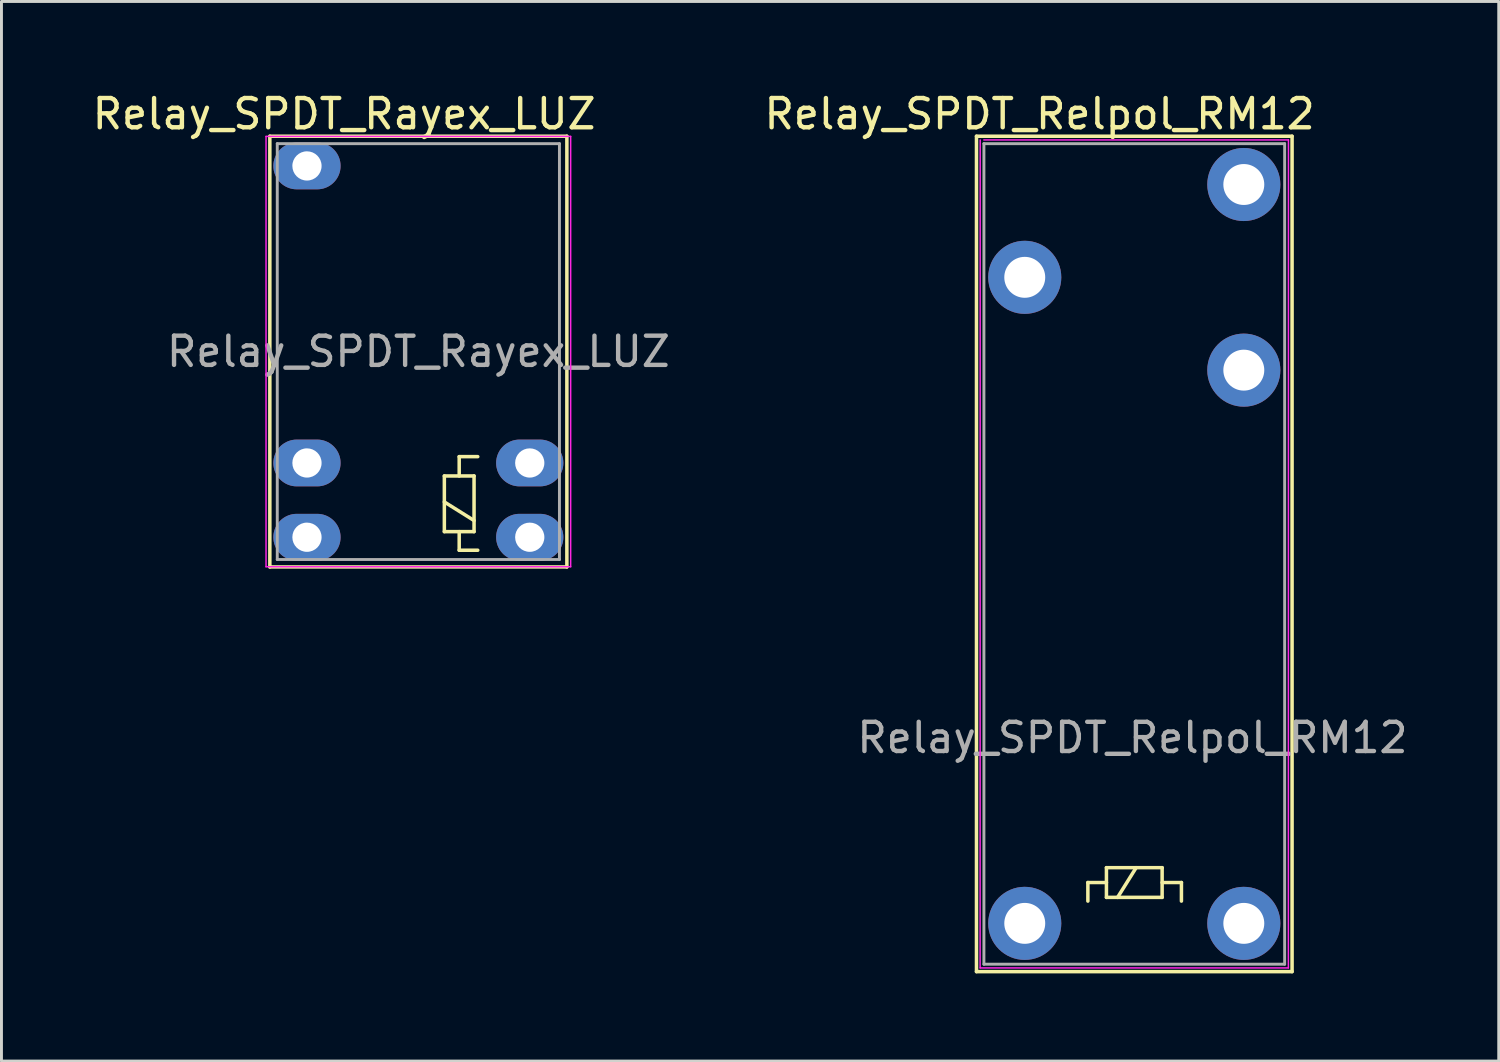
<source format=kicad_pcb>
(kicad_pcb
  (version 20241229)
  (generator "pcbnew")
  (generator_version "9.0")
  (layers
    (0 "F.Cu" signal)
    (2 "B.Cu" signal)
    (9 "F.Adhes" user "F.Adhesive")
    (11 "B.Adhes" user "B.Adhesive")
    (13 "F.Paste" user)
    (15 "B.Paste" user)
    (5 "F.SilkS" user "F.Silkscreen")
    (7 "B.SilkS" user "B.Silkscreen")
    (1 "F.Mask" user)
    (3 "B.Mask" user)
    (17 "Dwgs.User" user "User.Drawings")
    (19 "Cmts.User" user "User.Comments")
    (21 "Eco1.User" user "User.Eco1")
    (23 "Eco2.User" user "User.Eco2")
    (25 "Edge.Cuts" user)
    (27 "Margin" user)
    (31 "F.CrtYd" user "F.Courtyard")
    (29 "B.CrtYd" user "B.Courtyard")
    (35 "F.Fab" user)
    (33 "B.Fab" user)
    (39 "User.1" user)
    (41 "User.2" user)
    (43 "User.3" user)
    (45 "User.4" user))
  (footprint "Relay_SPDT_Relpol_RM12"
    (layer "F.Cu")
    (at 31.875 15.834)
    (property "Reference" "Relay_SPDT_Relpol_RM12" (at 0.635 -14.986 0) (layer "F.SilkS") (effects (font (size 1 1) (thickness 0.15))))
    (attr through_hole)
    (fp_line (start -1.524 -14.224) (end 9.271 -14.224) (stroke (width 0.12) (type solid)) (layer "F.SilkS"))
    (fp_line (start -1.524 14.351) (end -1.524 -14.224) (stroke (width 0.12) (type solid)) (layer "F.SilkS"))
    (fp_line (start 2.286 11.303) (end 2.921 11.303) (stroke (width 0.12) (type solid)) (layer "F.SilkS"))
    (fp_line (start 2.286 11.938) (end 2.286 11.303) (stroke (width 0.12) (type solid)) (layer "F.SilkS"))
    (fp_line (start 2.921 11.811) (end 2.921 10.795) (stroke (width 0.12) (type solid)) (layer "F.SilkS"))
    (fp_line (start 2.921 11.811) (end 4.826 11.811) (stroke (width 0.12) (type solid)) (layer "F.SilkS"))
    (fp_line (start 3.302 11.811) (end 3.937 10.795) (stroke (width 0.12) (type solid)) (layer "F.SilkS"))
    (fp_line (start 4.826 10.795) (end 2.921 10.795) (stroke (width 0.12) (type solid)) (layer "F.SilkS"))
    (fp_line (start 4.826 11.811) (end 4.826 10.795) (stroke (width 0.12) (type solid)) (layer "F.SilkS"))
    (fp_line (start 5.486 11.303) (end 4.826 11.303) (stroke (width 0.12) (type solid)) (layer "F.SilkS"))
    (fp_line (start 5.486 11.938) (end 5.486 11.303) (stroke (width 0.12) (type solid)) (layer "F.SilkS"))
    (fp_line (start 9.271 -14.224) (end 9.271 14.351) (stroke (width 0.12) (type solid)) (layer "F.SilkS"))
    (fp_line (start 9.271 14.351) (end -1.524 14.351) (stroke (width 0.12) (type solid)) (layer "F.SilkS"))
    (fp_line (start -1.4 14.224) (end -1.397 -14.097) (stroke (width 0.05) (type solid)) (layer "F.CrtYd"))
    (fp_line (start -1.273 -14.097) (end 9.147 -14.097) (stroke (width 0.05) (type solid)) (layer "F.CrtYd"))
    (fp_line (start 9.144 14.224) (end -1.4 14.224) (stroke (width 0.05) (type solid)) (layer "F.CrtYd"))
    (fp_line (start 9.147 -14.097) (end 9.144 14.224) (stroke (width 0.05) (type solid)) (layer "F.CrtYd"))
    (fp_line (start -1.27 -13.97) (end 9.017 -13.97) (stroke (width 0.1) (type solid)) (layer "F.Fab"))
    (fp_line (start -1.27 14.097) (end -1.27 -13.97) (stroke (width 0.1) (type solid)) (layer "F.Fab"))
    (fp_line (start 9.017 -13.97) (end 9.017 14.097) (stroke (width 0.1) (type solid)) (layer "F.Fab"))
    (fp_line (start 9.017 14.097) (end -1.27 14.097) (stroke (width 0.1) (type solid)) (layer "F.Fab"))
    (fp_text user "${REFERENCE}" (at 3.81 6.35 0) (layer "F.Fab") (effects (font (size 1 1) (thickness 0.15))))
    (pad "11" thru_hole circle (at 0.127 -9.398) (size 2.5 2.5) (drill 1.4) (layers "*.Cu" "*.Mask"))
    (pad "12" thru_hole circle (at 7.62 -12.573) (size 2.5 2.5) (drill 1.4) (layers "*.Cu" "*.Mask"))
    (pad "12" thru_hole circle (at 7.62 -6.223) (size 2.5 2.5) (drill 1.4) (layers "*.Cu" "*.Mask"))
    (pad "A1" thru_hole circle (at 0.127 12.7) (size 2.5 2.5) (drill 1.4) (layers "*.Cu" "*.Mask"))
    (pad "A2" thru_hole circle (at 7.62 12.7) (size 2.5 2.5) (drill 1.4) (layers "*.Cu" "*.Mask")))
  (footprint "Relay_SPDT_Rayex_LUZ"
    (layer "F.Cu")
    (at 7.45 2.626)
    (property "Reference" "Relay_SPDT_Rayex_LUZ" (at 1.27 -1.778 0) (layer "F.SilkS") (effects (font (size 1 1) (thickness 0.15))))
    (attr through_hole)
    (fp_line (start -1.27 -1.016) (end 8.89 -1.016) (stroke (width 0.12) (type solid)) (layer "F.SilkS"))
    (fp_line (start -1.27 13.716) (end -1.27 -1.016) (stroke (width 0.12) (type solid)) (layer "F.SilkS"))
    (fp_line (start 4.699 10.604) (end 4.699 12.509) (stroke (width 0.12) (type solid)) (layer "F.SilkS"))
    (fp_line (start 5.207 9.944) (end 5.207 10.604) (stroke (width 0.12) (type solid)) (layer "F.SilkS"))
    (fp_line (start 5.207 13.145) (end 5.207 12.509) (stroke (width 0.12) (type solid)) (layer "F.SilkS"))
    (fp_line (start 5.715 10.604) (end 4.699 10.604) (stroke (width 0.12) (type solid)) (layer "F.SilkS"))
    (fp_line (start 5.715 12.129) (end 4.699 11.493) (stroke (width 0.12) (type solid)) (layer "F.SilkS"))
    (fp_line (start 5.715 12.509) (end 4.699 12.509) (stroke (width 0.12) (type solid)) (layer "F.SilkS"))
    (fp_line (start 5.715 12.509) (end 5.715 10.604) (stroke (width 0.12) (type solid)) (layer "F.SilkS"))
    (fp_line (start 5.842 9.944) (end 5.207 9.944) (stroke (width 0.12) (type solid)) (layer "F.SilkS"))
    (fp_line (start 5.842 13.145) (end 5.207 13.145) (stroke (width 0.12) (type solid)) (layer "F.SilkS"))
    (fp_line (start 8.89 -1.016) (end 8.89 13.716) (stroke (width 0.12) (type solid)) (layer "F.SilkS"))
    (fp_line (start 8.89 13.716) (end -1.27 13.716) (stroke (width 0.12) (type solid)) (layer "F.SilkS"))
    (fp_line (start -1.4 -1.01) (end 9.02 -1.01) (stroke (width 0.05) (type solid)) (layer "F.CrtYd"))
    (fp_line (start -1.4 13.71) (end -1.4 -1.01) (stroke (width 0.05) (type solid)) (layer "F.CrtYd"))
    (fp_line (start 9.02 -1.01) (end 9.02 13.71) (stroke (width 0.05) (type solid)) (layer "F.CrtYd"))
    (fp_line (start 9.02 13.71) (end -1.4 13.71) (stroke (width 0.05) (type solid)) (layer "F.CrtYd"))
    (fp_line (start -1.016 -0.762) (end 8.636 -0.762) (stroke (width 0.1) (type solid)) (layer "F.Fab"))
    (fp_line (start -1.016 13.462) (end -1.016 -0.762) (stroke (width 0.1) (type solid)) (layer "F.Fab"))
    (fp_line (start 8.636 -0.762) (end 8.636 13.462) (stroke (width 0.1) (type solid)) (layer "F.Fab"))
    (fp_line (start 8.636 13.462) (end -1.016 13.462) (stroke (width 0.1) (type solid)) (layer "F.Fab"))
    (fp_text user "${REFERENCE}" (at 3.81 6.35 0) (layer "F.Fab") (effects (font (size 1 1) (thickness 0.15))))
    (pad "1" thru_hole oval (at 0 0) (size 2.3 1.6) (drill 1) (layers "*.Cu" "*.Mask"))
    (pad "2" thru_hole oval (at 0 10.16) (size 2.3 1.6) (drill 1) (layers "*.Cu" "*.Mask"))
    (pad "3" thru_hole oval (at 0 12.7) (size 2.3 1.6) (drill 1) (layers "*.Cu" "*.Mask"))
    (pad "4" thru_hole oval (at 7.62 12.7) (size 2.3 1.6) (drill 1) (layers "*.Cu" "*.Mask"))
    (pad "5" thru_hole oval (at 7.62 10.16) (size 2.3 1.6) (drill 1) (layers "*.Cu" "*.Mask")))
  (gr_rect
    (start -3 -3)
    (end 48.215 33.245)
    (stroke (width 0.1) (type default))
    (fill no)
    (layer "Edge.Cuts")))
</source>
